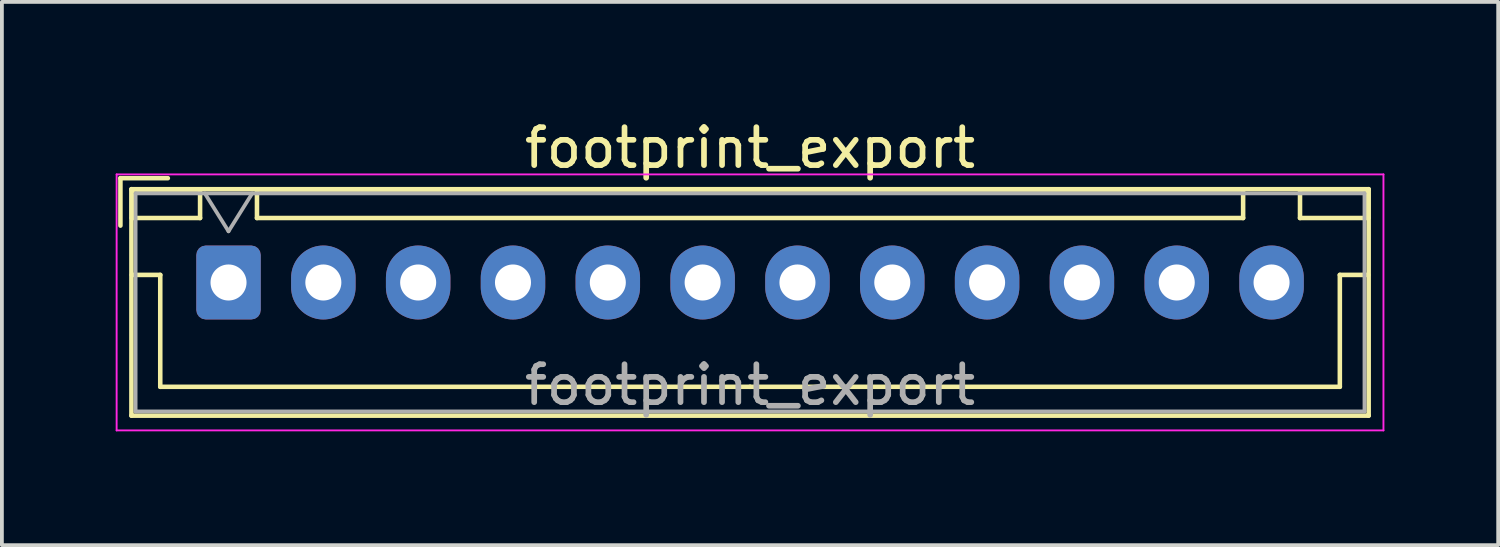
<source format=kicad_pcb>
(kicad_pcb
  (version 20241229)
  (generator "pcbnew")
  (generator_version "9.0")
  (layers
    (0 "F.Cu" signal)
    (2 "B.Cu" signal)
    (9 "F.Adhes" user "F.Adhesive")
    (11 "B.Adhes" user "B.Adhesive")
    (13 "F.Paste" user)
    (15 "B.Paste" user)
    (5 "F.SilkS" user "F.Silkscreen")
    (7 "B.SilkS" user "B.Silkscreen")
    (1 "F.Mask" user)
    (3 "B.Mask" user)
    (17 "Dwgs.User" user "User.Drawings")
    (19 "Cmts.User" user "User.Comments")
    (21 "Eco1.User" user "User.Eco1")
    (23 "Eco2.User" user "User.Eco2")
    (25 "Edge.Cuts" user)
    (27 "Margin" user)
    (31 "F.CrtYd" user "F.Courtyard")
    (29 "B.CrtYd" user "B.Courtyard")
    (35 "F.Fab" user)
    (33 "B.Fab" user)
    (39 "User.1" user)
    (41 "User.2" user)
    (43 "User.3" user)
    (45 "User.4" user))
  (footprint "footprint_export"
    (layer "F.Cu")
    (at 2.975 4.398)
    (property "Reference" "footprint_export" (at 13.75 -3.55 0) (layer "F.SilkS") (effects (font (size 1 1) (thickness 0.15))))
    (attr through_hole)
    (fp_line (start -2.85 -2.75) (end -2.85 -1.5) (stroke (width 0.12) (type solid)) (layer "F.SilkS"))
    (fp_line (start -2.56 -2.46) (end -2.56 3.51) (stroke (width 0.12) (type solid)) (layer "F.SilkS"))
    (fp_line (start -2.56 3.51) (end 30.06 3.51) (stroke (width 0.12) (type solid)) (layer "F.SilkS"))
    (fp_line (start -2.55 -2.45) (end -2.55 -1.7) (stroke (width 0.12) (type solid)) (layer "F.SilkS"))
    (fp_line (start -2.55 -1.7) (end -0.75 -1.7) (stroke (width 0.12) (type solid)) (layer "F.SilkS"))
    (fp_line (start -2.55 -0.2) (end -1.8 -0.2) (stroke (width 0.12) (type solid)) (layer "F.SilkS"))
    (fp_line (start -1.8 -0.2) (end -1.8 2.75) (stroke (width 0.12) (type solid)) (layer "F.SilkS"))
    (fp_line (start -1.8 2.75) (end 13.75 2.75) (stroke (width 0.12) (type solid)) (layer "F.SilkS"))
    (fp_line (start -1.6 -2.75) (end -2.85 -2.75) (stroke (width 0.12) (type solid)) (layer "F.SilkS"))
    (fp_line (start -0.75 -2.45) (end -2.55 -2.45) (stroke (width 0.12) (type solid)) (layer "F.SilkS"))
    (fp_line (start -0.75 -1.7) (end -0.75 -2.45) (stroke (width 0.12) (type solid)) (layer "F.SilkS"))
    (fp_line (start 0.75 -2.45) (end 0.75 -1.7) (stroke (width 0.12) (type solid)) (layer "F.SilkS"))
    (fp_line (start 0.75 -1.7) (end 26.75 -1.7) (stroke (width 0.12) (type solid)) (layer "F.SilkS"))
    (fp_line (start 26.75 -2.45) (end 0.75 -2.45) (stroke (width 0.12) (type solid)) (layer "F.SilkS"))
    (fp_line (start 26.75 -1.7) (end 26.75 -2.45) (stroke (width 0.12) (type solid)) (layer "F.SilkS"))
    (fp_line (start 28.25 -2.45) (end 28.25 -1.7) (stroke (width 0.12) (type solid)) (layer "F.SilkS"))
    (fp_line (start 28.25 -1.7) (end 30.05 -1.7) (stroke (width 0.12) (type solid)) (layer "F.SilkS"))
    (fp_line (start 29.3 -0.2) (end 29.3 2.75) (stroke (width 0.12) (type solid)) (layer "F.SilkS"))
    (fp_line (start 29.3 2.75) (end 13.75 2.75) (stroke (width 0.12) (type solid)) (layer "F.SilkS"))
    (fp_line (start 30.05 -2.45) (end 28.25 -2.45) (stroke (width 0.12) (type solid)) (layer "F.SilkS"))
    (fp_line (start 30.05 -1.7) (end 30.05 -2.45) (stroke (width 0.12) (type solid)) (layer "F.SilkS"))
    (fp_line (start 30.05 -0.2) (end 29.3 -0.2) (stroke (width 0.12) (type solid)) (layer "F.SilkS"))
    (fp_line (start 30.06 -2.46) (end -2.56 -2.46) (stroke (width 0.12) (type solid)) (layer "F.SilkS"))
    (fp_line (start 30.06 3.51) (end 30.06 -2.46) (stroke (width 0.12) (type solid)) (layer "F.SilkS"))
    (fp_line (start -2.95 -2.85) (end -2.95 3.9) (stroke (width 0.05) (type solid)) (layer "F.CrtYd"))
    (fp_line (start -2.95 3.9) (end 30.45 3.9) (stroke (width 0.05) (type solid)) (layer "F.CrtYd"))
    (fp_line (start 30.45 -2.85) (end -2.95 -2.85) (stroke (width 0.05) (type solid)) (layer "F.CrtYd"))
    (fp_line (start 30.45 3.9) (end 30.45 -2.85) (stroke (width 0.05) (type solid)) (layer "F.CrtYd"))
    (fp_line (start -2.45 -2.35) (end -2.45 3.4) (stroke (width 0.1) (type solid)) (layer "F.Fab"))
    (fp_line (start -2.45 3.4) (end 29.95 3.4) (stroke (width 0.1) (type solid)) (layer "F.Fab"))
    (fp_line (start -0.625 -2.35) (end 0 -1.35) (stroke (width 0.1) (type solid)) (layer "F.Fab"))
    (fp_line (start 0 -1.35) (end 0.625 -2.35) (stroke (width 0.1) (type solid)) (layer "F.Fab"))
    (fp_line (start 29.95 -2.35) (end -2.45 -2.35) (stroke (width 0.1) (type solid)) (layer "F.Fab"))
    (fp_line (start 29.95 3.4) (end 29.95 -2.35) (stroke (width 0.1) (type solid)) (layer "F.Fab"))
    (fp_text user "${REFERENCE}" (at 13.75 2.7 0) (layer "F.Fab") (effects (font (size 1 1) (thickness 0.15))))
    (pad "1" thru_hole roundrect (at 0 0) (size 1.7 1.95) (drill 0.95) (layers "*.Cu" "*.Mask") (roundrect_rratio 0.147))
    (pad "2" thru_hole oval (at 2.5 0) (size 1.7 1.95) (drill 0.95) (layers "*.Cu" "*.Mask"))
    (pad "3" thru_hole oval (at 5 0) (size 1.7 1.95) (drill 0.95) (layers "*.Cu" "*.Mask"))
    (pad "4" thru_hole oval (at 7.5 0) (size 1.7 1.95) (drill 0.95) (layers "*.Cu" "*.Mask"))
    (pad "5" thru_hole oval (at 10 0) (size 1.7 1.95) (drill 0.95) (layers "*.Cu" "*.Mask"))
    (pad "6" thru_hole oval (at 12.5 0) (size 1.7 1.95) (drill 0.95) (layers "*.Cu" "*.Mask"))
    (pad "7" thru_hole oval (at 15 0) (size 1.7 1.95) (drill 0.95) (layers "*.Cu" "*.Mask"))
    (pad "8" thru_hole oval (at 17.5 0) (size 1.7 1.95) (drill 0.95) (layers "*.Cu" "*.Mask"))
    (pad "9" thru_hole oval (at 20 0) (size 1.7 1.95) (drill 0.95) (layers "*.Cu" "*.Mask"))
    (pad "10" thru_hole oval (at 22.5 0) (size 1.7 1.95) (drill 0.95) (layers "*.Cu" "*.Mask"))
    (pad "11" thru_hole oval (at 25 0) (size 1.7 1.95) (drill 0.95) (layers "*.Cu" "*.Mask"))
    (pad "12" thru_hole oval (at 27.5 0) (size 1.7 1.95) (drill 0.95) (layers "*.Cu" "*.Mask")))
  (gr_rect
    (start -3 -3)
    (end 36.45 11.323)
    (stroke (width 0.1) (type default))
    (fill no)
    (layer "Edge.Cuts")))
</source>
